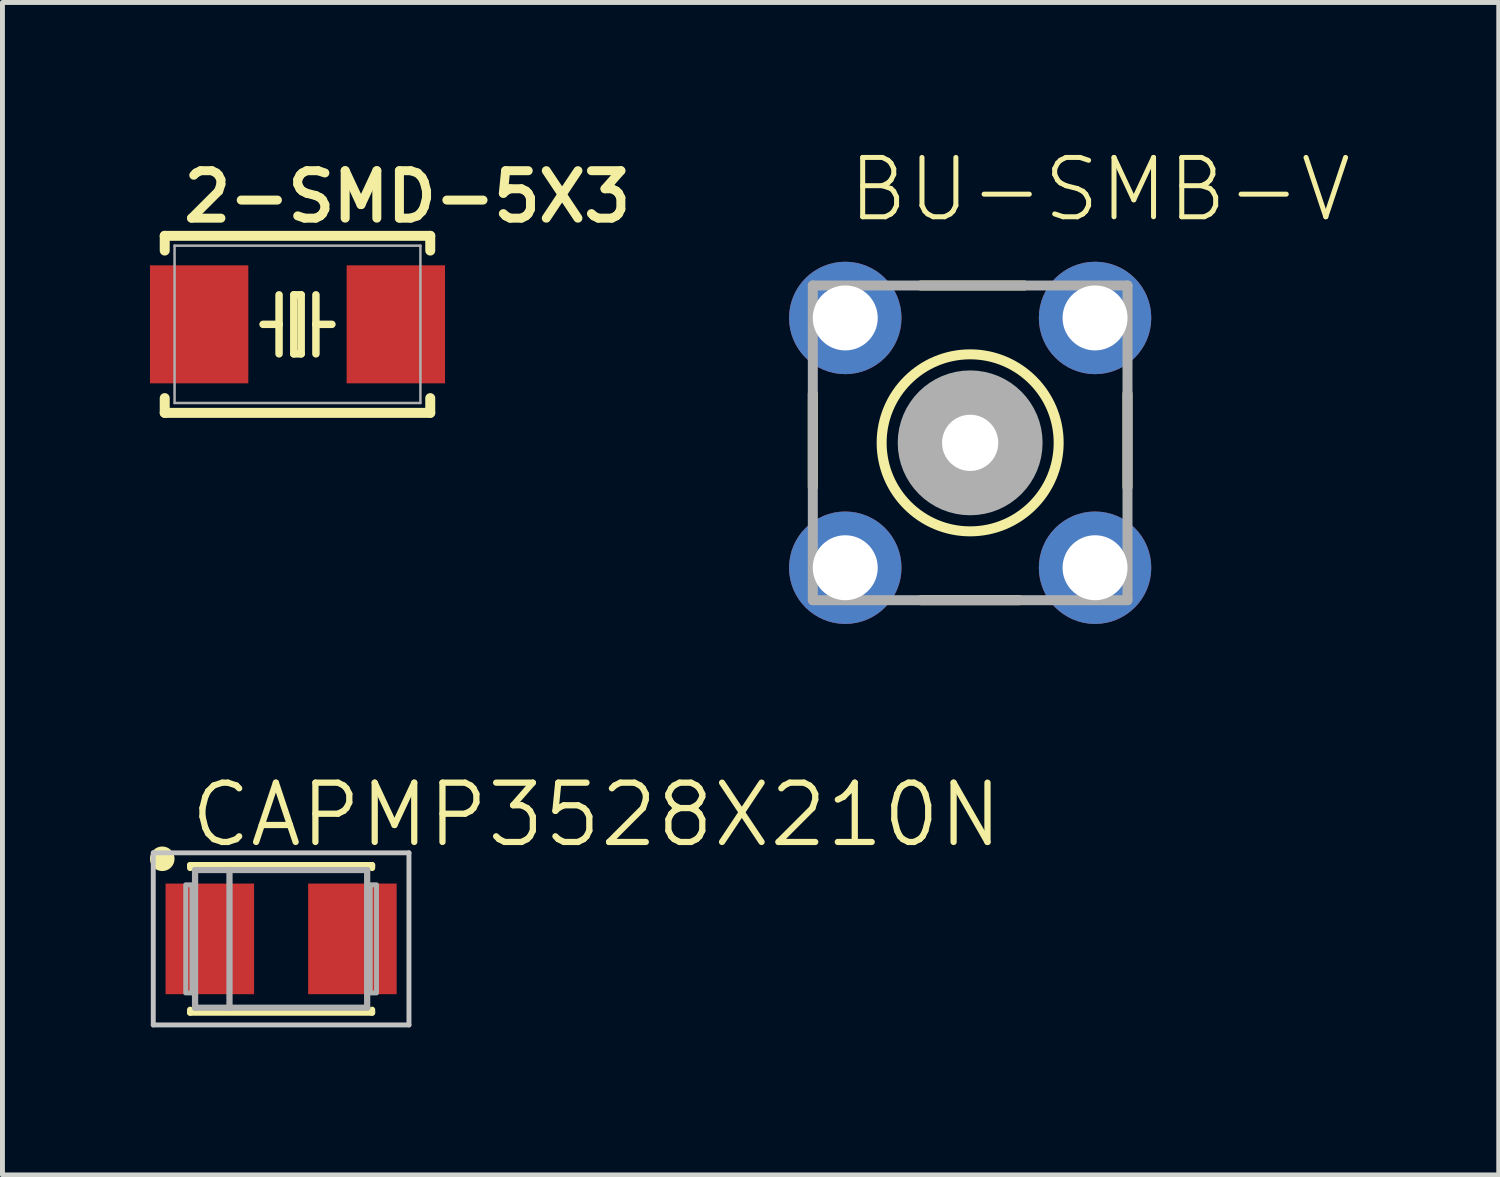
<source format=kicad_pcb>
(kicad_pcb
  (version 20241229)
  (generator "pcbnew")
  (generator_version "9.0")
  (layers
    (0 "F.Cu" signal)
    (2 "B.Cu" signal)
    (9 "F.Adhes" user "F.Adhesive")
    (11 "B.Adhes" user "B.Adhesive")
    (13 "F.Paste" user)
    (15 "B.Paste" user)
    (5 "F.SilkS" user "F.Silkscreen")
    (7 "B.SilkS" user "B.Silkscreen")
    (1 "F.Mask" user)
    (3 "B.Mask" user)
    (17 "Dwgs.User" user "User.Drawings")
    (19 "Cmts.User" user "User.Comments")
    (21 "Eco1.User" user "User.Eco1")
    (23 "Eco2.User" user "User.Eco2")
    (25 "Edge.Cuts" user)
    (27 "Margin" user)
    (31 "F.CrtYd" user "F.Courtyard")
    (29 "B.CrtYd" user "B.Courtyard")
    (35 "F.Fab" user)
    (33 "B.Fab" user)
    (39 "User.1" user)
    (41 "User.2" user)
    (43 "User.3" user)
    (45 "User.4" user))
  (footprint "BU-SMB-V"
    (layer "F.Cu")
    (at 16.68 5.956)
    (property "Reference" "BU-SMB-V" (at -2.54 -4.445 0) (layer "F.SilkS") (effects (font (size 1.206 1.206) (thickness 0.102)) (justify left bottom)))
    (attr through_hole)
    (fp_line (start -3.2 0.9) (end -3.2 -1) (stroke (width 0.203) (type solid)) (layer "F.SilkS"))
    (fp_line (start -1 -3.2) (end 1.1 -3.2) (stroke (width 0.203) (type solid)) (layer "F.SilkS"))
    (fp_line (start 1 3.2) (end -1 3.2) (stroke (width 0.203) (type solid)) (layer "F.SilkS"))
    (fp_line (start 3.2 -1) (end 3.2 0.9) (stroke (width 0.203) (type solid)) (layer "F.SilkS"))
    (fp_circle (center 0 0) (end 1.8 0) (stroke (width 0.203) (type solid)) (fill no) (layer "F.SilkS"))
    (fp_line (start -3.2 3.2) (end 3.2 3.2) (stroke (width 0.203) (type solid)) (layer "F.Fab"))
    (fp_line (start -3.2 -3.2) (end -3.2 3.2) (stroke (width 0.203) (type solid)) (layer "F.Fab"))
    (fp_line (start 3.2 3.2) (end 3.2 -3.2) (stroke (width 0.203) (type solid)) (layer "F.Fab"))
    (fp_line (start 3.2 -3.2) (end -3.2 -3.2) (stroke (width 0.203) (type solid)) (layer "F.Fab"))
    (fp_circle (center 0 0) (end 0.457 0) (stroke (width 1.016) (type solid)) (fill no) (layer "F.Fab"))
    (pad "1" thru_hole circle (at 0 0) (size 2.032 2.032) (drill 1.143) (layers "*.Cu" "*.Mask"))
    (pad "2" thru_hole circle (at -2.54 -2.54) (size 2.286 2.286) (drill 1.321) (layers "*.Cu" "*.Mask"))
    (pad "3" thru_hole circle (at 2.54 -2.54) (size 2.286 2.286) (drill 1.321) (layers "*.Cu" "*.Mask"))
    (pad "4" thru_hole circle (at 2.54 2.54) (size 2.286 2.286) (drill 1.321) (layers "*.Cu" "*.Mask"))
    (pad "5" thru_hole circle (at -2.54 2.54) (size 2.286 2.286) (drill 1.321) (layers "*.Cu" "*.Mask")))
  (footprint "CAPMP3528X210N"
    (layer "F.Cu")
    (at 2.667 16.044)
    (property "Reference" "CAPMP3528X210N" (at -1.913 -1.817 0) (layer "F.SilkS") (effects (font (size 1.206 1.206) (thickness 0.127)) (justify left bottom)))
    (attr through_hole)
    (fp_line (start -1.85 -1.5) (end 1.85 -1.5) (stroke (width 0.127) (type solid)) (layer "F.SilkS"))
    (fp_line (start -1.85 -1.442) (end -1.85 -1.5) (stroke (width 0.127) (type solid)) (layer "F.SilkS"))
    (fp_line (start -1.85 1.442) (end -1.85 1.5) (stroke (width 0.127) (type solid)) (layer "F.SilkS"))
    (fp_line (start -1.85 1.5) (end 1.85 1.5) (stroke (width 0.127) (type solid)) (layer "F.SilkS"))
    (fp_line (start 1.85 -1.5) (end 1.85 -1.442) (stroke (width 0.127) (type solid)) (layer "F.SilkS"))
    (fp_line (start 1.85 1.5) (end 1.85 1.442) (stroke (width 0.127) (type solid)) (layer "F.SilkS"))
    (fp_circle (center -2.417 -1.629) (end -2.167 -1.629) (stroke (width 0) (type solid)) (fill yes) (layer "F.SilkS"))
    (fp_line (start -2.6 -1.75) (end 2.6 -1.75) (stroke (width 0.1) (type solid)) (layer "Dwgs.User"))
    (fp_line (start -2.6 1.75) (end -2.6 -1.75) (stroke (width 0.1) (type solid)) (layer "Dwgs.User"))
    (fp_line (start 2.6 -1.75) (end 2.6 1.75) (stroke (width 0.1) (type solid)) (layer "Dwgs.User"))
    (fp_line (start 2.6 1.75) (end -2.6 1.75) (stroke (width 0.1) (type solid)) (layer "Dwgs.User"))
    (fp_line (start -1.75 -1.4) (end -1.05 -1.4) (stroke (width 0.127) (type solid)) (layer "F.Fab"))
    (fp_line (start -1.75 1.4) (end -1.75 -1.4) (stroke (width 0.127) (type solid)) (layer "F.Fab"))
    (fp_line (start -1.05 -1.4) (end -1.05 1.4) (stroke (width 0.127) (type solid)) (layer "F.Fab"))
    (fp_line (start -1.05 -1.4) (end 1.75 -1.4) (stroke (width 0.127) (type solid)) (layer "F.Fab"))
    (fp_line (start -1.05 1.4) (end -1.75 1.4) (stroke (width 0.127) (type solid)) (layer "F.Fab"))
    (fp_line (start 1.75 -1.4) (end 1.75 1.4) (stroke (width 0.127) (type solid)) (layer "F.Fab"))
    (fp_line (start 1.75 1.4) (end -1.05 1.4) (stroke (width 0.127) (type solid)) (layer "F.Fab"))
    (fp_poly (pts (xy -1.94 1.1) (xy -1.813 1.1) (xy -1.813 -1.1) (xy -1.94 -1.1)) (stroke (width 0.1) (type solid)) (fill no) (layer "F.Fab"))
    (fp_poly (pts (xy 1.813 1.1) (xy 1.94 1.1) (xy 1.94 -1.1) (xy 1.813 -1.1)) (stroke (width 0.1) (type solid)) (fill no) (layer "F.Fab"))
    (pad "+" smd rect (at -1.45 0 90) (size 2.25 1.8) (layers "F.Cu" "F.Mask" "F.Paste"))
    (pad "-" smd rect (at 1.45 0 90) (size 2.25 1.8) (layers "F.Cu" "F.Mask" "F.Paste")))
  (footprint "2-SMD-5X3"
    (layer "F.Cu")
    (at 3 3.546)
    (property "Reference" "2-SMD-5X3" (at -2.413 -2.032 0) (layer "F.SilkS") (effects (font (size 0.965 0.965) (thickness 0.183)) (justify left bottom)))
    (attr through_hole)
    (fp_line (start -2.7 -1.8) (end 2.7 -1.8) (stroke (width 0.203) (type solid)) (layer "F.SilkS"))
    (fp_line (start -2.7 -1.5) (end -2.7 -1.8) (stroke (width 0.203) (type solid)) (layer "F.SilkS"))
    (fp_line (start -2.7 1.8) (end -2.7 1.5) (stroke (width 0.203) (type solid)) (layer "F.SilkS"))
    (fp_line (start -2.7 1.8) (end 2.7 1.8) (stroke (width 0.203) (type solid)) (layer "F.SilkS"))
    (fp_line (start -0.375 0) (end -0.7 0) (stroke (width 0.152) (type solid)) (layer "F.SilkS"))
    (fp_line (start -0.375 0) (end -0.375 -0.6) (stroke (width 0.152) (type solid)) (layer "F.SilkS"))
    (fp_line (start -0.375 0.6) (end -0.375 0) (stroke (width 0.152) (type solid)) (layer "F.SilkS"))
    (fp_line (start -0.075 -0.6) (end -0.075 0.6) (stroke (width 0.152) (type solid)) (layer "F.SilkS"))
    (fp_line (start -0.075 0.6) (end 0.075 0.6) (stroke (width 0.152) (type solid)) (layer "F.SilkS"))
    (fp_line (start 0.075 -0.6) (end -0.075 -0.6) (stroke (width 0.152) (type solid)) (layer "F.SilkS"))
    (fp_line (start 0.075 0.6) (end 0.075 -0.6) (stroke (width 0.152) (type solid)) (layer "F.SilkS"))
    (fp_line (start 0.375 -0.6) (end 0.375 0) (stroke (width 0.152) (type solid)) (layer "F.SilkS"))
    (fp_line (start 0.375 0) (end 0.375 0.6) (stroke (width 0.152) (type solid)) (layer "F.SilkS"))
    (fp_line (start 0.375 0) (end 0.7 0) (stroke (width 0.152) (type solid)) (layer "F.SilkS"))
    (fp_line (start 2.7 -1.8) (end 2.7 -1.5) (stroke (width 0.203) (type solid)) (layer "F.SilkS"))
    (fp_line (start 2.7 1.8) (end 2.7 1.5) (stroke (width 0.203) (type solid)) (layer "F.SilkS"))
    (fp_line (start -2.5 -1.6) (end -2.5 1.6) (stroke (width 0.051) (type solid)) (layer "F.Fab"))
    (fp_line (start -2.5 1.6) (end 2.5 1.6) (stroke (width 0.051) (type solid)) (layer "F.Fab"))
    (fp_line (start 2.5 -1.6) (end -2.5 -1.6) (stroke (width 0.051) (type solid)) (layer "F.Fab"))
    (fp_line (start 2.5 1.6) (end 2.5 -1.6) (stroke (width 0.051) (type solid)) (layer "F.Fab"))
    (pad "1" smd rect (at -2 0) (size 2 2.4) (layers "F.Cu" "F.Mask" "F.Paste"))
    (pad "2" smd rect (at 2 0) (size 2 2.4) (layers "F.Cu" "F.Mask" "F.Paste")))
  (gr_rect
    (start -3 -3)
    (end 27.43 20.844)
    (stroke (width 0.1) (type default))
    (fill no)
    (layer "Edge.Cuts")))
</source>
